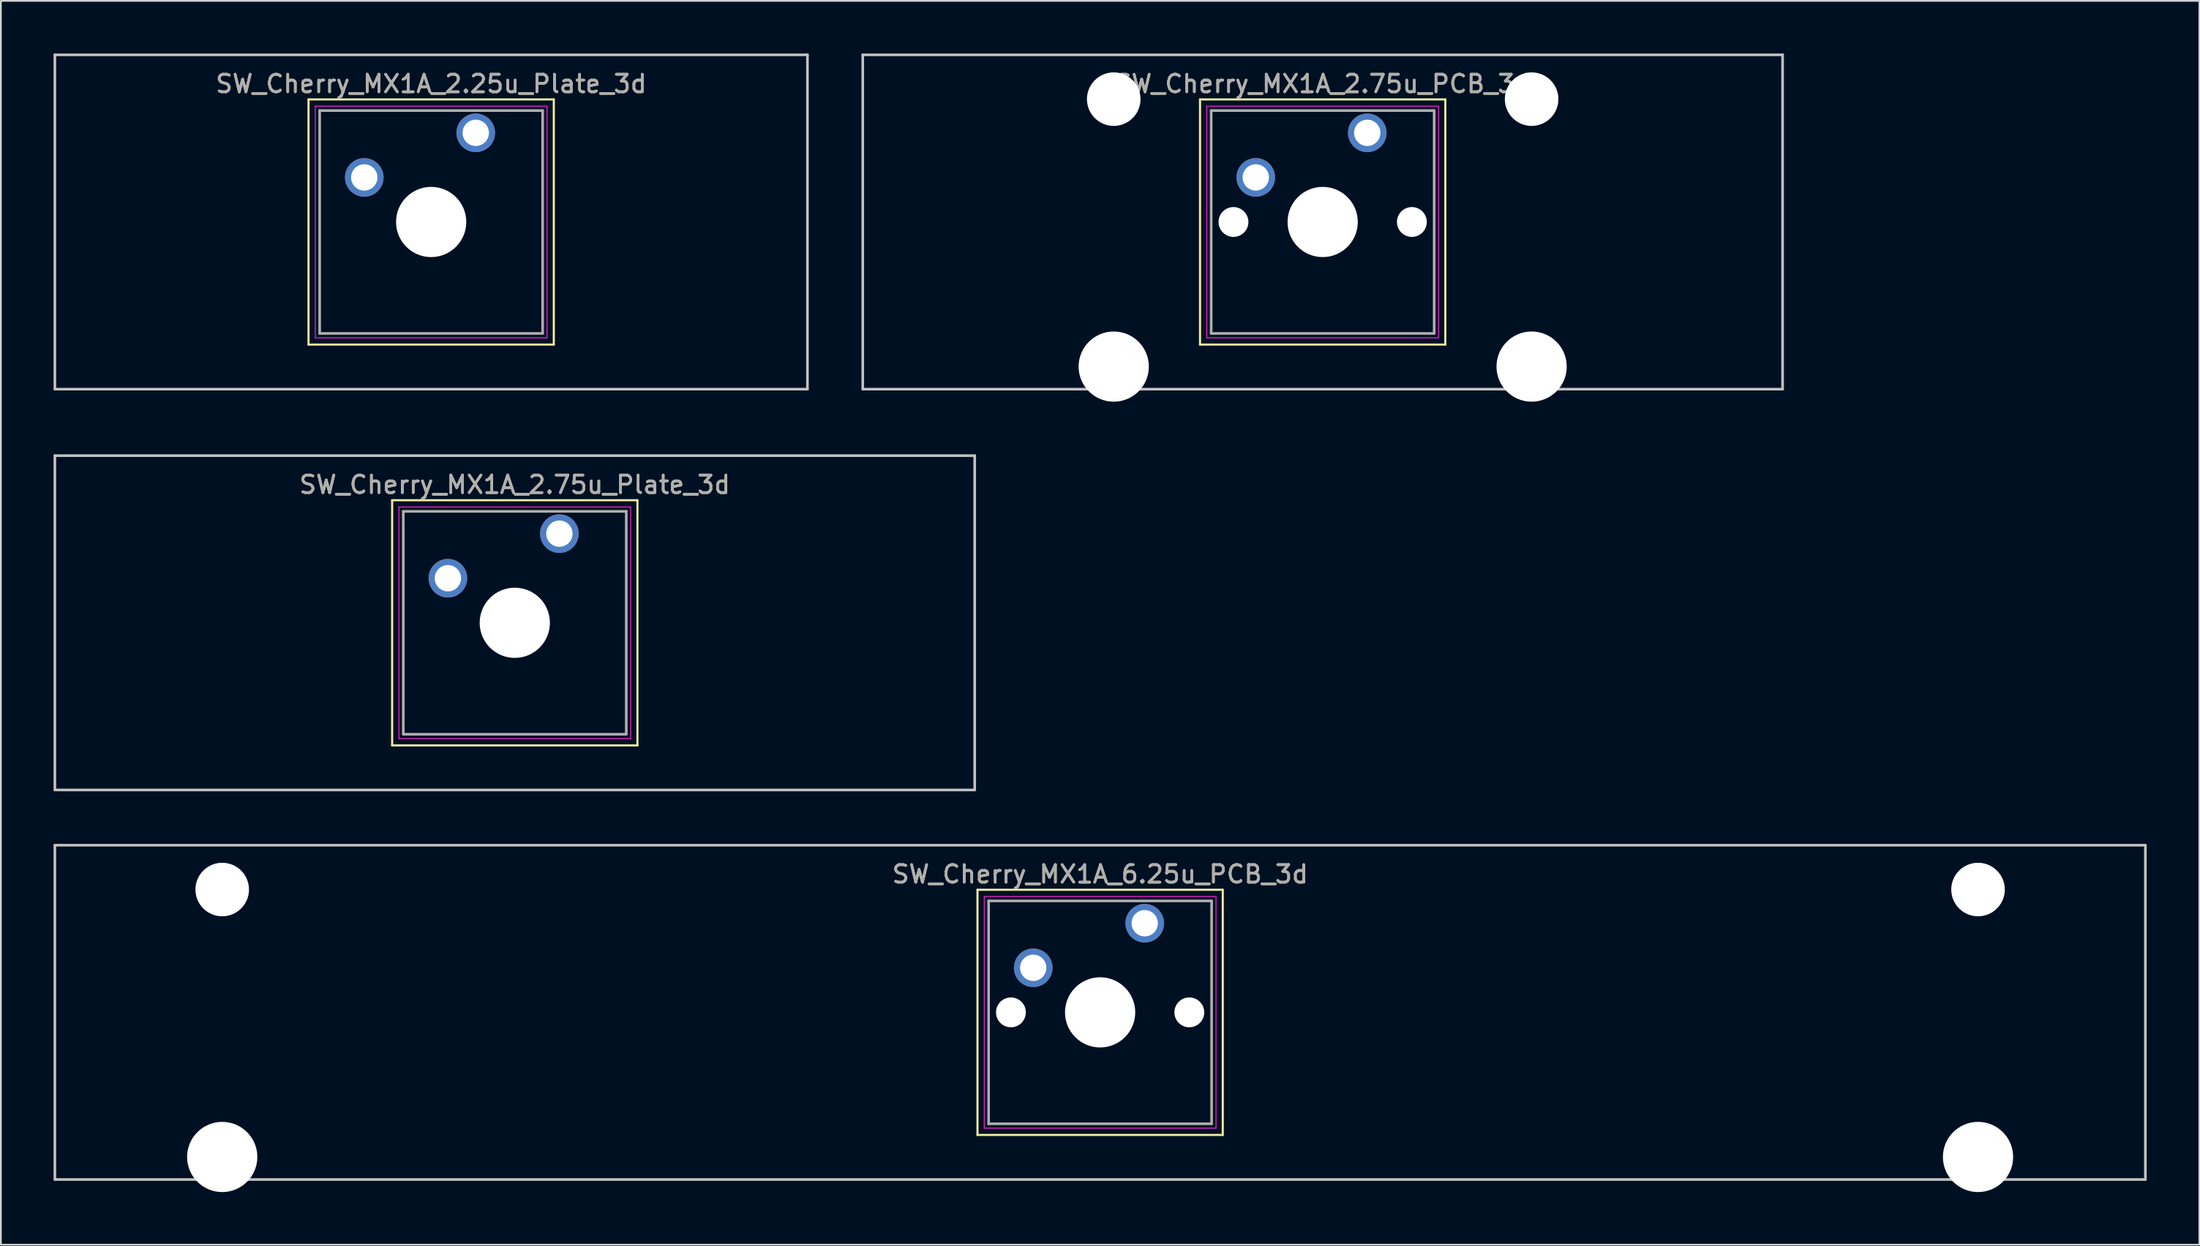
<source format=kicad_pcb>
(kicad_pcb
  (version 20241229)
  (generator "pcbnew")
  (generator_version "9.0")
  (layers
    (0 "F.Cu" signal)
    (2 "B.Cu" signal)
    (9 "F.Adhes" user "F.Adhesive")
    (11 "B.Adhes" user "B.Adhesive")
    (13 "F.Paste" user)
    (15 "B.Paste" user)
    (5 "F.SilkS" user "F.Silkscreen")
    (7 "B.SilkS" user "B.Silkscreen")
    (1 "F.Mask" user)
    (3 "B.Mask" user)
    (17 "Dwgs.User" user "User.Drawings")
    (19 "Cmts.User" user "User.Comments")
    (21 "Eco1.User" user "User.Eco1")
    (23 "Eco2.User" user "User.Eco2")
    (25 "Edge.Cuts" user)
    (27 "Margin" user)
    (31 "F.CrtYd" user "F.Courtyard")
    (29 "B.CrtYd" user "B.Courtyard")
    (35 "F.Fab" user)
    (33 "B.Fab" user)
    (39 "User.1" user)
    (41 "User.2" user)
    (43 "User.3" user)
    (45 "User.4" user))
  (footprint "SW_Cherry_MX1A_6.25u_PCB_3d"
    (layer "F.Cu")
    (at 62.146 49.56)
    (property "Reference" "SW_Cherry_MX1A_6.25u_PCB_3d" (at -2.54 -2.794 0) (layer "F.SilkS") (effects (font (size 1 1) (thickness 0.15))))
    (attr through_hole)
    (fp_line (start -9.525 -1.905) (end 4.445 -1.905) (stroke (width 0.12) (type solid)) (layer "F.SilkS"))
    (fp_line (start -9.525 12.065) (end -9.525 -1.905) (stroke (width 0.12) (type solid)) (layer "F.SilkS"))
    (fp_line (start 4.445 -1.905) (end 4.445 12.065) (stroke (width 0.12) (type solid)) (layer "F.SilkS"))
    (fp_line (start 4.445 12.065) (end -9.525 12.065) (stroke (width 0.12) (type solid)) (layer "F.SilkS"))
    (fp_line (start -62.071 -4.445) (end 56.991 -4.445) (stroke (width 0.15) (type solid)) (layer "Dwgs.User"))
    (fp_line (start -62.071 14.605) (end -62.071 -4.445) (stroke (width 0.15) (type solid)) (layer "Dwgs.User"))
    (fp_line (start 56.991 -4.445) (end 56.991 14.605) (stroke (width 0.15) (type solid)) (layer "Dwgs.User"))
    (fp_line (start 56.991 14.605) (end -62.071 14.605) (stroke (width 0.15) (type solid)) (layer "Dwgs.User"))
    (fp_line (start -9.14 -1.52) (end 4.06 -1.52) (stroke (width 0.05) (type solid)) (layer "F.CrtYd"))
    (fp_line (start -9.14 11.68) (end -9.14 -1.52) (stroke (width 0.05) (type solid)) (layer "F.CrtYd"))
    (fp_line (start 4.06 -1.52) (end 4.06 11.68) (stroke (width 0.05) (type solid)) (layer "F.CrtYd"))
    (fp_line (start 4.06 11.68) (end -9.14 11.68) (stroke (width 0.05) (type solid)) (layer "F.CrtYd"))
    (fp_line (start -8.89 -1.27) (end 3.81 -1.27) (stroke (width 0.15) (type solid)) (layer "F.Fab"))
    (fp_line (start -8.89 11.43) (end -8.89 -1.27) (stroke (width 0.15) (type solid)) (layer "F.Fab"))
    (fp_line (start 3.81 -1.27) (end 3.81 11.43) (stroke (width 0.15) (type solid)) (layer "F.Fab"))
    (fp_line (start 3.81 11.43) (end -8.89 11.43) (stroke (width 0.15) (type solid)) (layer "F.Fab"))
    (fp_text user "${REFERENCE}" (at -2.54 -2.794 0) (layer "F.Fab") (effects (font (size 1 1) (thickness 0.15))))
    (pad "" np_thru_hole circle (at -52.54 -1.92) (size 3.05 3.05) (drill 3.05) (layers "*.Cu" "*.Mask"))
    (pad "" np_thru_hole circle (at -52.54 13.32) (size 4 4) (drill 4) (layers "*.Cu" "*.Mask"))
    (pad "" np_thru_hole circle (at -7.62 5.08) (size 1.7 1.7) (drill 1.7) (layers "*.Cu" "*.Mask"))
    (pad "" np_thru_hole circle (at -2.54 5.08) (size 4 4) (drill 4) (layers "*.Cu" "*.Mask"))
    (pad "" np_thru_hole circle (at 2.54 5.08) (size 1.7 1.7) (drill 1.7) (layers "*.Cu" "*.Mask"))
    (pad "" np_thru_hole circle (at 47.46 -1.92) (size 3.05 3.05) (drill 3.05) (layers "*.Cu" "*.Mask"))
    (pad "" np_thru_hole circle (at 47.46 13.32) (size 4 4) (drill 4) (layers "*.Cu" "*.Mask"))
    (pad "1" thru_hole circle (at 0 0) (size 2.2 2.2) (drill 1.5) (layers "*.Cu" "*.Mask"))
    (pad "2" thru_hole circle (at -6.35 2.54) (size 2.2 2.2) (drill 1.5) (layers "*.Cu" "*.Mask")))
  (footprint "SW_Cherry_MX1A_2.75u_PCB_3d"
    (layer "F.Cu")
    (at 74.821 4.52)
    (property "Reference" "SW_Cherry_MX1A_2.75u_PCB_3d" (at -2.54 -2.794 0) (layer "F.SilkS") (effects (font (size 1 1) (thickness 0.15))))
    (attr through_hole)
    (fp_line (start -9.525 -1.905) (end 4.445 -1.905) (stroke (width 0.12) (type solid)) (layer "F.SilkS"))
    (fp_line (start -9.525 12.065) (end -9.525 -1.905) (stroke (width 0.12) (type solid)) (layer "F.SilkS"))
    (fp_line (start 4.445 -1.905) (end 4.445 12.065) (stroke (width 0.12) (type solid)) (layer "F.SilkS"))
    (fp_line (start 4.445 12.065) (end -9.525 12.065) (stroke (width 0.12) (type solid)) (layer "F.SilkS"))
    (fp_line (start -28.734 -4.445) (end 23.654 -4.445) (stroke (width 0.15) (type solid)) (layer "Dwgs.User"))
    (fp_line (start -28.734 14.605) (end -28.734 -4.445) (stroke (width 0.15) (type solid)) (layer "Dwgs.User"))
    (fp_line (start 23.654 -4.445) (end 23.654 14.605) (stroke (width 0.15) (type solid)) (layer "Dwgs.User"))
    (fp_line (start 23.654 14.605) (end -28.734 14.605) (stroke (width 0.15) (type solid)) (layer "Dwgs.User"))
    (fp_line (start -9.14 -1.52) (end 4.06 -1.52) (stroke (width 0.05) (type solid)) (layer "F.CrtYd"))
    (fp_line (start -9.14 11.68) (end -9.14 -1.52) (stroke (width 0.05) (type solid)) (layer "F.CrtYd"))
    (fp_line (start 4.06 -1.52) (end 4.06 11.68) (stroke (width 0.05) (type solid)) (layer "F.CrtYd"))
    (fp_line (start 4.06 11.68) (end -9.14 11.68) (stroke (width 0.05) (type solid)) (layer "F.CrtYd"))
    (fp_line (start -8.89 -1.27) (end 3.81 -1.27) (stroke (width 0.15) (type solid)) (layer "F.Fab"))
    (fp_line (start -8.89 11.43) (end -8.89 -1.27) (stroke (width 0.15) (type solid)) (layer "F.Fab"))
    (fp_line (start 3.81 -1.27) (end 3.81 11.43) (stroke (width 0.15) (type solid)) (layer "F.Fab"))
    (fp_line (start 3.81 11.43) (end -8.89 11.43) (stroke (width 0.15) (type solid)) (layer "F.Fab"))
    (fp_text user "${REFERENCE}" (at -2.54 -2.794 0) (layer "F.Fab") (effects (font (size 1 1) (thickness 0.15))))
    (pad "" np_thru_hole circle (at -14.44 -1.92) (size 3.05 3.05) (drill 3.05) (layers "*.Cu" "*.Mask"))
    (pad "" np_thru_hole circle (at -14.44 13.32) (size 4 4) (drill 4) (layers "*.Cu" "*.Mask"))
    (pad "" np_thru_hole circle (at -7.62 5.08) (size 1.7 1.7) (drill 1.7) (layers "*.Cu" "*.Mask"))
    (pad "" np_thru_hole circle (at -2.54 5.08) (size 4 4) (drill 4) (layers "*.Cu" "*.Mask"))
    (pad "" np_thru_hole circle (at 2.54 5.08) (size 1.7 1.7) (drill 1.7) (layers "*.Cu" "*.Mask"))
    (pad "" np_thru_hole circle (at 9.36 -1.92) (size 3.05 3.05) (drill 3.05) (layers "*.Cu" "*.Mask"))
    (pad "" np_thru_hole circle (at 9.36 13.32) (size 4 4) (drill 4) (layers "*.Cu" "*.Mask"))
    (pad "1" thru_hole circle (at 0 0) (size 2.2 2.2) (drill 1.5) (layers "*.Cu" "*.Mask"))
    (pad "2" thru_hole circle (at -6.35 2.54) (size 2.2 2.2) (drill 1.5) (layers "*.Cu" "*.Mask")))
  (footprint "SW_Cherry_MX1A_2.75u_Plate_3d"
    (layer "F.Cu")
    (at 28.809 27.36)
    (property "Reference" "SW_Cherry_MX1A_2.75u_Plate_3d" (at -2.54 -2.794 0) (layer "F.SilkS") (effects (font (size 1 1) (thickness 0.15))))
    (attr through_hole)
    (fp_line (start -9.525 -1.905) (end 4.445 -1.905) (stroke (width 0.12) (type solid)) (layer "F.SilkS"))
    (fp_line (start -9.525 12.065) (end -9.525 -1.905) (stroke (width 0.12) (type solid)) (layer "F.SilkS"))
    (fp_line (start 4.445 -1.905) (end 4.445 12.065) (stroke (width 0.12) (type solid)) (layer "F.SilkS"))
    (fp_line (start 4.445 12.065) (end -9.525 12.065) (stroke (width 0.12) (type solid)) (layer "F.SilkS"))
    (fp_line (start -28.734 -4.445) (end 23.654 -4.445) (stroke (width 0.15) (type solid)) (layer "Dwgs.User"))
    (fp_line (start -28.734 14.605) (end -28.734 -4.445) (stroke (width 0.15) (type solid)) (layer "Dwgs.User"))
    (fp_line (start 23.654 -4.445) (end 23.654 14.605) (stroke (width 0.15) (type solid)) (layer "Dwgs.User"))
    (fp_line (start 23.654 14.605) (end -28.734 14.605) (stroke (width 0.15) (type solid)) (layer "Dwgs.User"))
    (fp_line (start -9.14 -1.52) (end 4.06 -1.52) (stroke (width 0.05) (type solid)) (layer "F.CrtYd"))
    (fp_line (start -9.14 11.68) (end -9.14 -1.52) (stroke (width 0.05) (type solid)) (layer "F.CrtYd"))
    (fp_line (start 4.06 -1.52) (end 4.06 11.68) (stroke (width 0.05) (type solid)) (layer "F.CrtYd"))
    (fp_line (start 4.06 11.68) (end -9.14 11.68) (stroke (width 0.05) (type solid)) (layer "F.CrtYd"))
    (fp_line (start -8.89 -1.27) (end 3.81 -1.27) (stroke (width 0.15) (type solid)) (layer "F.Fab"))
    (fp_line (start -8.89 11.43) (end -8.89 -1.27) (stroke (width 0.15) (type solid)) (layer "F.Fab"))
    (fp_line (start 3.81 -1.27) (end 3.81 11.43) (stroke (width 0.15) (type solid)) (layer "F.Fab"))
    (fp_line (start 3.81 11.43) (end -8.89 11.43) (stroke (width 0.15) (type solid)) (layer "F.Fab"))
    (fp_text user "${REFERENCE}" (at -2.54 -2.794 0) (layer "F.Fab") (effects (font (size 1 1) (thickness 0.15))))
    (pad "" np_thru_hole circle (at -2.54 5.08) (size 4 4) (drill 4) (layers "*.Cu" "*.Mask"))
    (pad "1" thru_hole circle (at 0 0) (size 2.2 2.2) (drill 1.5) (layers "*.Cu" "*.Mask"))
    (pad "2" thru_hole circle (at -6.35 2.54) (size 2.2 2.2) (drill 1.5) (layers "*.Cu" "*.Mask")))
  (footprint "SW_Cherry_MX1A_2.25u_Plate_3d"
    (layer "F.Cu")
    (at 24.046 4.52)
    (property "Reference" "SW_Cherry_MX1A_2.25u_Plate_3d" (at -2.54 -2.794 0) (layer "F.SilkS") (effects (font (size 1 1) (thickness 0.15))))
    (attr through_hole)
    (fp_line (start -9.525 -1.905) (end 4.445 -1.905) (stroke (width 0.12) (type solid)) (layer "F.SilkS"))
    (fp_line (start -9.525 12.065) (end -9.525 -1.905) (stroke (width 0.12) (type solid)) (layer "F.SilkS"))
    (fp_line (start 4.445 -1.905) (end 4.445 12.065) (stroke (width 0.12) (type solid)) (layer "F.SilkS"))
    (fp_line (start 4.445 12.065) (end -9.525 12.065) (stroke (width 0.12) (type solid)) (layer "F.SilkS"))
    (fp_line (start -23.971 -4.445) (end 18.891 -4.445) (stroke (width 0.15) (type solid)) (layer "Dwgs.User"))
    (fp_line (start -23.971 14.605) (end -23.971 -4.445) (stroke (width 0.15) (type solid)) (layer "Dwgs.User"))
    (fp_line (start 18.891 -4.445) (end 18.891 14.605) (stroke (width 0.15) (type solid)) (layer "Dwgs.User"))
    (fp_line (start 18.891 14.605) (end -23.971 14.605) (stroke (width 0.15) (type solid)) (layer "Dwgs.User"))
    (fp_line (start -9.14 -1.52) (end 4.06 -1.52) (stroke (width 0.05) (type solid)) (layer "F.CrtYd"))
    (fp_line (start -9.14 11.68) (end -9.14 -1.52) (stroke (width 0.05) (type solid)) (layer "F.CrtYd"))
    (fp_line (start 4.06 -1.52) (end 4.06 11.68) (stroke (width 0.05) (type solid)) (layer "F.CrtYd"))
    (fp_line (start 4.06 11.68) (end -9.14 11.68) (stroke (width 0.05) (type solid)) (layer "F.CrtYd"))
    (fp_line (start -8.89 -1.27) (end 3.81 -1.27) (stroke (width 0.15) (type solid)) (layer "F.Fab"))
    (fp_line (start -8.89 11.43) (end -8.89 -1.27) (stroke (width 0.15) (type solid)) (layer "F.Fab"))
    (fp_line (start 3.81 -1.27) (end 3.81 11.43) (stroke (width 0.15) (type solid)) (layer "F.Fab"))
    (fp_line (start 3.81 11.43) (end -8.89 11.43) (stroke (width 0.15) (type solid)) (layer "F.Fab"))
    (fp_text user "${REFERENCE}" (at -2.54 -2.794 0) (layer "F.Fab") (effects (font (size 1 1) (thickness 0.15))))
    (pad "" np_thru_hole circle (at -2.54 5.08) (size 4 4) (drill 4) (layers "*.Cu" "*.Mask"))
    (pad "1" thru_hole circle (at 0 0) (size 2.2 2.2) (drill 1.5) (layers "*.Cu" "*.Mask"))
    (pad "2" thru_hole circle (at -6.35 2.54) (size 2.2 2.2) (drill 1.5) (layers "*.Cu" "*.Mask")))
  (gr_rect
    (start -3 -3)
    (end 122.213 67.88)
    (stroke (width 0.1) (type default))
    (fill no)
    (layer "Edge.Cuts")))
</source>
